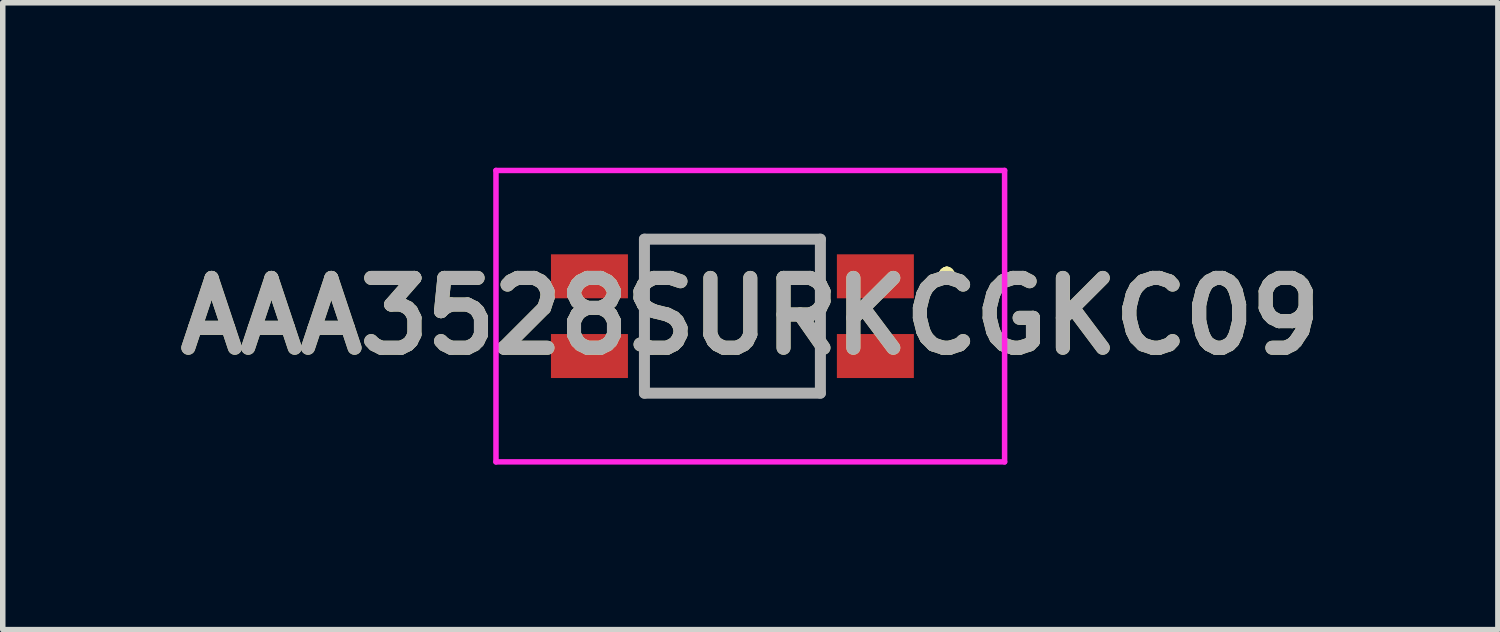
<source format=kicad_pcb>
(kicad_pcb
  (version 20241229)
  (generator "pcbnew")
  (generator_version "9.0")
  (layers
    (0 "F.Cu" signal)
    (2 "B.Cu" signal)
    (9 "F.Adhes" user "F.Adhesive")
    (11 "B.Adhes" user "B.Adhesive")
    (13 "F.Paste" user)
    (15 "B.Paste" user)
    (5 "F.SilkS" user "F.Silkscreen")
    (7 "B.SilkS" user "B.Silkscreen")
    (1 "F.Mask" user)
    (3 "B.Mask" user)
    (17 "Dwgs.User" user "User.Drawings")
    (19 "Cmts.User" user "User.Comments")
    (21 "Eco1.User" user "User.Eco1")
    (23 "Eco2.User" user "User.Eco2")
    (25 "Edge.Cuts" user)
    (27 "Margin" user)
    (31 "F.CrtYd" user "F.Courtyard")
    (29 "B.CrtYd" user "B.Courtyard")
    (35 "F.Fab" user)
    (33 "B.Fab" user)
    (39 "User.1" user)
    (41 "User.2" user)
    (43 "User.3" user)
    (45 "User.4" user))
  (footprint "AAA3528SURKCGKC09"
    (layer "F.Cu")
    (at 10.27 2.7)
    (property "Reference" "AAA3528SURKCGKC09" (at 0.325 0 0) (layer "F.SilkS") (effects (font (size 1.27 1.27) (thickness 0.254))))
    (attr through_hole)
    (fp_line (start 3.9 -0.8) (end 3.9 -0.8) (stroke (width 0.2) (type solid)) (layer "F.SilkS"))
    (fp_line (start 3.9 -0.8) (end 3.9 -0.8) (stroke (width 0.2) (type solid)) (layer "F.SilkS"))
    (fp_line (start 3.9 -0.7) (end 3.9 -0.7) (stroke (width 0.2) (type solid)) (layer "F.SilkS"))
    (fp_arc (start 3.9 -0.8) (mid 3.95 -0.75) (end 3.9 -0.7) (stroke (width 0.2) (type solid)) (layer "F.SilkS"))
    (fp_arc (start 3.9 -0.7) (mid 3.85 -0.75) (end 3.9 -0.8) (stroke (width 0.2) (type solid)) (layer "F.SilkS"))
    (fp_arc (start 3.9 -0.7) (mid 3.85 -0.75) (end 3.9 -0.8) (stroke (width 0.2) (type solid)) (layer "F.SilkS"))
    (fp_line (start -4.3 -2.65) (end 4.95 -2.65) (stroke (width 0.1) (type solid)) (layer "F.CrtYd"))
    (fp_line (start -4.3 2.65) (end -4.3 -2.65) (stroke (width 0.1) (type solid)) (layer "F.CrtYd"))
    (fp_line (start 4.95 -2.65) (end 4.95 2.65) (stroke (width 0.1) (type solid)) (layer "F.CrtYd"))
    (fp_line (start 4.95 2.65) (end -4.3 2.65) (stroke (width 0.1) (type solid)) (layer "F.CrtYd"))
    (fp_line (start -1.6 -1.4) (end -1.6 1.4) (stroke (width 0.2) (type solid)) (layer "F.Fab"))
    (fp_line (start -1.6 1.4) (end 1.6 1.4) (stroke (width 0.2) (type solid)) (layer "F.Fab"))
    (fp_line (start 1.6 -1.4) (end -1.6 -1.4) (stroke (width 0.2) (type solid)) (layer "F.Fab"))
    (fp_line (start 1.6 1.4) (end 1.6 -1.4) (stroke (width 0.2) (type solid)) (layer "F.Fab"))
    (fp_text user "${REFERENCE}" (at 0.325 0 0) (layer "F.Fab") (effects (font (size 1.27 1.27) (thickness 0.254))))
    (pad "1" smd rect (at 2.6 -0.725 90) (size 0.8 1.4) (layers "F.Cu" "F.Mask" "F.Paste"))
    (pad "2" smd rect (at -2.6 -0.725 90) (size 0.8 1.4) (layers "F.Cu" "F.Mask" "F.Paste"))
    (pad "3" smd rect (at -2.6 0.725 90) (size 0.8 1.4) (layers "F.Cu" "F.Mask" "F.Paste"))
    (pad "4" smd rect (at 2.6 0.725 90) (size 0.8 1.4) (layers "F.Cu" "F.Mask" "F.Paste")))
  (gr_rect
    (start -3 -3)
    (end 24.191 8.4)
    (stroke (width 0.1) (type default))
    (fill no)
    (layer "Edge.Cuts")))
</source>
